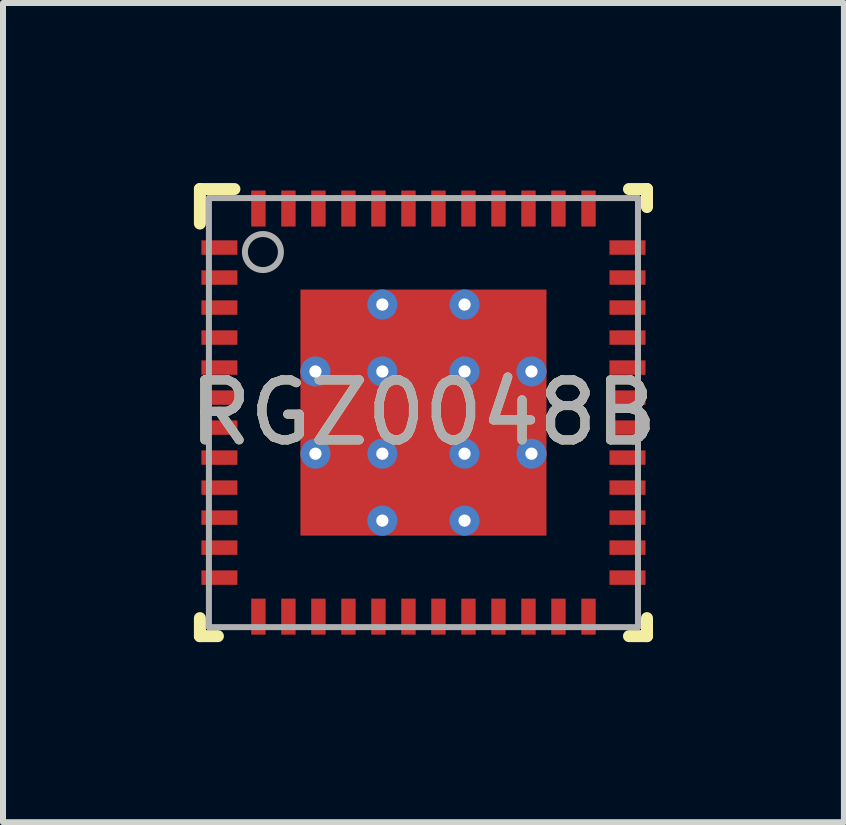
<source format=kicad_pcb>
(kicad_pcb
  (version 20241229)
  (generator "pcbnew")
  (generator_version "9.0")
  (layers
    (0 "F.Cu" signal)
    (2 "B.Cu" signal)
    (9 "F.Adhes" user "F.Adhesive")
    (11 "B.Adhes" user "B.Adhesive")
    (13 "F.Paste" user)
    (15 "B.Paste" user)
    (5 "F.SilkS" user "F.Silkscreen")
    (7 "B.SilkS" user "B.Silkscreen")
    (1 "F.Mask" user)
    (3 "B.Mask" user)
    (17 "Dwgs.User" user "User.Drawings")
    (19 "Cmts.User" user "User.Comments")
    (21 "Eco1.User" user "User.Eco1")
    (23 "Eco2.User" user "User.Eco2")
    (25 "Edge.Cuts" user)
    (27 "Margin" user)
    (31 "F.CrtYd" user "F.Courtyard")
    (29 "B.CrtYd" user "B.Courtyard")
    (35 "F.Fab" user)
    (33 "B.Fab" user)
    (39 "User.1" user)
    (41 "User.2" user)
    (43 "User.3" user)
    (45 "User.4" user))
  (footprint "RGZ0048B"
    (layer "F.Cu")
    (at 4.006 3.825)
    (property "Reference" "RGZ0048B" (at 0 0 0) (unlocked yes) (layer "F.SilkS") (effects (font (size 1 1) (thickness 0.15))))
    (attr smd)
    (fp_line (start -3.725 -3.725) (end -3.15 -3.725) (stroke (width 0.2) (type solid)) (layer "F.SilkS"))
    (fp_line (start -3.725 -3.15) (end -3.725 -3.725) (stroke (width 0.2) (type solid)) (layer "F.SilkS"))
    (fp_line (start -3.725 3.725) (end -3.725 3.425) (stroke (width 0.2) (type solid)) (layer "F.SilkS"))
    (fp_line (start -3.725 3.725) (end -3.425 3.725) (stroke (width 0.2) (type solid)) (layer "F.SilkS"))
    (fp_line (start 3.425 -3.725) (end 3.725 -3.725) (stroke (width 0.2) (type solid)) (layer "F.SilkS"))
    (fp_line (start 3.425 3.725) (end 3.725 3.725) (stroke (width 0.2) (type solid)) (layer "F.SilkS"))
    (fp_line (start 3.725 -3.425) (end 3.725 -3.725) (stroke (width 0.2) (type solid)) (layer "F.SilkS"))
    (fp_line (start 3.725 3.725) (end 3.725 3.425) (stroke (width 0.2) (type solid)) (layer "F.SilkS"))
    (fp_poly (pts (xy -1.955 -0.838) (xy -1.955 -1.902) (xy -1.954 -1.913) (xy -1.951 -1.922) (xy -1.946 -1.932) (xy -1.94 -1.94) (xy -1.932 -1.946) (xy -1.922 -1.951) (xy -1.913 -1.954) (xy -1.902 -1.955) (xy -0.838 -1.955) (xy -0.827 -1.954) (xy -0.818 -1.951) (xy -0.808 -1.946) (xy -0.8 -1.94) (xy -0.794 -1.932) (xy -0.789 -1.922) (xy -0.786 -1.913) (xy -0.785 -1.902) (xy -0.785 -0.838) (xy -0.786 -0.827) (xy -0.789 -0.818) (xy -0.794 -0.808) (xy -0.8 -0.8) (xy -0.808 -0.794) (xy -0.818 -0.789) (xy -0.827 -0.786) (xy -0.838 -0.785) (xy -1.902 -0.785) (xy -1.913 -0.786) (xy -1.922 -0.789) (xy -1.932 -0.794) (xy -1.94 -0.8) (xy -1.946 -0.808) (xy -1.951 -0.818) (xy -1.954 -0.827)) (stroke (width 0) (type solid)) (fill yes) (layer "F.Paste"))
    (fp_poly (pts (xy -1.955 0.532) (xy -1.955 -0.532) (xy -1.954 -0.543) (xy -1.951 -0.552) (xy -1.946 -0.562) (xy -1.94 -0.57) (xy -1.932 -0.576) (xy -1.922 -0.581) (xy -1.913 -0.584) (xy -1.902 -0.585) (xy -0.838 -0.585) (xy -0.827 -0.584) (xy -0.818 -0.581) (xy -0.808 -0.576) (xy -0.8 -0.57) (xy -0.794 -0.562) (xy -0.789 -0.552) (xy -0.786 -0.543) (xy -0.785 -0.532) (xy -0.785 0.532) (xy -0.786 0.543) (xy -0.789 0.552) (xy -0.794 0.562) (xy -0.8 0.57) (xy -0.808 0.576) (xy -0.818 0.581) (xy -0.827 0.584) (xy -0.838 0.585) (xy -1.902 0.585) (xy -1.913 0.584) (xy -1.922 0.581) (xy -1.932 0.576) (xy -1.94 0.57) (xy -1.946 0.562) (xy -1.951 0.552) (xy -1.954 0.543)) (stroke (width 0) (type solid)) (fill yes) (layer "F.Paste"))
    (fp_poly (pts (xy -1.955 1.902) (xy -1.955 0.838) (xy -1.954 0.827) (xy -1.951 0.818) (xy -1.946 0.808) (xy -1.94 0.8) (xy -1.932 0.794) (xy -1.922 0.789) (xy -1.913 0.786) (xy -1.902 0.785) (xy -0.838 0.785) (xy -0.827 0.786) (xy -0.818 0.789) (xy -0.808 0.794) (xy -0.8 0.8) (xy -0.794 0.808) (xy -0.789 0.818) (xy -0.786 0.827) (xy -0.785 0.838) (xy -0.785 1.902) (xy -0.786 1.913) (xy -0.789 1.922) (xy -0.794 1.932) (xy -0.8 1.94) (xy -0.808 1.946) (xy -0.818 1.951) (xy -0.827 1.954) (xy -0.838 1.955) (xy -1.902 1.955) (xy -1.913 1.954) (xy -1.922 1.951) (xy -1.932 1.946) (xy -1.94 1.94) (xy -1.946 1.932) (xy -1.951 1.922) (xy -1.954 1.913)) (stroke (width 0) (type solid)) (fill yes) (layer "F.Paste"))
    (fp_poly (pts (xy -0.585 -0.838) (xy -0.585 -1.902) (xy -0.584 -1.913) (xy -0.581 -1.922) (xy -0.576 -1.932) (xy -0.57 -1.94) (xy -0.562 -1.946) (xy -0.552 -1.951) (xy -0.543 -1.954) (xy -0.532 -1.955) (xy 0.532 -1.955) (xy 0.543 -1.954) (xy 0.552 -1.951) (xy 0.562 -1.946) (xy 0.57 -1.94) (xy 0.576 -1.932) (xy 0.581 -1.922) (xy 0.584 -1.913) (xy 0.585 -1.902) (xy 0.585 -0.838) (xy 0.584 -0.827) (xy 0.581 -0.818) (xy 0.576 -0.808) (xy 0.57 -0.8) (xy 0.562 -0.794) (xy 0.552 -0.789) (xy 0.543 -0.786) (xy 0.532 -0.785) (xy -0.532 -0.785) (xy -0.543 -0.786) (xy -0.552 -0.789) (xy -0.562 -0.794) (xy -0.57 -0.8) (xy -0.576 -0.808) (xy -0.581 -0.818) (xy -0.584 -0.827)) (stroke (width 0) (type solid)) (fill yes) (layer "F.Paste"))
    (fp_poly (pts (xy -0.585 0.532) (xy -0.585 -0.532) (xy -0.584 -0.543) (xy -0.581 -0.552) (xy -0.576 -0.562) (xy -0.57 -0.57) (xy -0.562 -0.576) (xy -0.552 -0.581) (xy -0.543 -0.584) (xy -0.532 -0.585) (xy 0.532 -0.585) (xy 0.543 -0.584) (xy 0.552 -0.581) (xy 0.562 -0.576) (xy 0.57 -0.57) (xy 0.576 -0.562) (xy 0.581 -0.552) (xy 0.584 -0.543) (xy 0.585 -0.532) (xy 0.585 0.532) (xy 0.584 0.543) (xy 0.581 0.552) (xy 0.576 0.562) (xy 0.57 0.57) (xy 0.562 0.576) (xy 0.552 0.581) (xy 0.543 0.584) (xy 0.532 0.585) (xy -0.532 0.585) (xy -0.543 0.584) (xy -0.552 0.581) (xy -0.562 0.576) (xy -0.57 0.57) (xy -0.576 0.562) (xy -0.581 0.552) (xy -0.584 0.543)) (stroke (width 0) (type solid)) (fill yes) (layer "F.Paste"))
    (fp_poly (pts (xy -0.585 1.902) (xy -0.585 0.838) (xy -0.584 0.827) (xy -0.581 0.818) (xy -0.576 0.808) (xy -0.57 0.8) (xy -0.562 0.794) (xy -0.552 0.789) (xy -0.543 0.786) (xy -0.532 0.785) (xy 0.532 0.785) (xy 0.543 0.786) (xy 0.552 0.789) (xy 0.562 0.794) (xy 0.57 0.8) (xy 0.576 0.808) (xy 0.581 0.818) (xy 0.584 0.827) (xy 0.585 0.838) (xy 0.585 1.902) (xy 0.584 1.913) (xy 0.581 1.922) (xy 0.576 1.932) (xy 0.57 1.94) (xy 0.562 1.946) (xy 0.552 1.951) (xy 0.543 1.954) (xy 0.532 1.955) (xy -0.532 1.955) (xy -0.543 1.954) (xy -0.552 1.951) (xy -0.562 1.946) (xy -0.57 1.94) (xy -0.576 1.932) (xy -0.581 1.922) (xy -0.584 1.913)) (stroke (width 0) (type solid)) (fill yes) (layer "F.Paste"))
    (fp_poly (pts (xy 0.785 -0.838) (xy 0.785 -1.902) (xy 0.786 -1.913) (xy 0.789 -1.922) (xy 0.794 -1.932) (xy 0.8 -1.94) (xy 0.808 -1.946) (xy 0.818 -1.951) (xy 0.827 -1.954) (xy 0.838 -1.955) (xy 1.902 -1.955) (xy 1.913 -1.954) (xy 1.922 -1.951) (xy 1.932 -1.946) (xy 1.94 -1.94) (xy 1.946 -1.932) (xy 1.951 -1.922) (xy 1.954 -1.913) (xy 1.955 -1.902) (xy 1.955 -0.838) (xy 1.954 -0.827) (xy 1.951 -0.818) (xy 1.946 -0.808) (xy 1.94 -0.8) (xy 1.932 -0.794) (xy 1.922 -0.789) (xy 1.913 -0.786) (xy 1.902 -0.785) (xy 0.838 -0.785) (xy 0.827 -0.786) (xy 0.818 -0.789) (xy 0.808 -0.794) (xy 0.8 -0.8) (xy 0.794 -0.808) (xy 0.789 -0.818) (xy 0.786 -0.827)) (stroke (width 0) (type solid)) (fill yes) (layer "F.Paste"))
    (fp_poly (pts (xy 0.785 0.532) (xy 0.785 -0.532) (xy 0.786 -0.543) (xy 0.789 -0.552) (xy 0.794 -0.562) (xy 0.8 -0.57) (xy 0.808 -0.576) (xy 0.818 -0.581) (xy 0.827 -0.584) (xy 0.838 -0.585) (xy 1.902 -0.585) (xy 1.913 -0.584) (xy 1.922 -0.581) (xy 1.932 -0.576) (xy 1.94 -0.57) (xy 1.946 -0.562) (xy 1.951 -0.552) (xy 1.954 -0.543) (xy 1.955 -0.532) (xy 1.955 0.532) (xy 1.954 0.543) (xy 1.951 0.552) (xy 1.946 0.562) (xy 1.94 0.57) (xy 1.932 0.576) (xy 1.922 0.581) (xy 1.913 0.584) (xy 1.902 0.585) (xy 0.838 0.585) (xy 0.827 0.584) (xy 0.818 0.581) (xy 0.808 0.576) (xy 0.8 0.57) (xy 0.794 0.562) (xy 0.789 0.552) (xy 0.786 0.543)) (stroke (width 0) (type solid)) (fill yes) (layer "F.Paste"))
    (fp_poly (pts (xy 0.785 1.902) (xy 0.785 0.838) (xy 0.786 0.827) (xy 0.789 0.818) (xy 0.794 0.808) (xy 0.8 0.8) (xy 0.808 0.794) (xy 0.818 0.789) (xy 0.827 0.786) (xy 0.838 0.785) (xy 1.902 0.785) (xy 1.913 0.786) (xy 1.922 0.789) (xy 1.932 0.794) (xy 1.94 0.8) (xy 1.946 0.808) (xy 1.951 0.818) (xy 1.954 0.827) (xy 1.955 0.838) (xy 1.955 1.902) (xy 1.954 1.913) (xy 1.951 1.922) (xy 1.946 1.932) (xy 1.94 1.94) (xy 1.932 1.946) (xy 1.922 1.951) (xy 1.913 1.954) (xy 1.902 1.955) (xy 0.838 1.955) (xy 0.827 1.954) (xy 0.818 1.951) (xy 0.808 1.946) (xy 0.8 1.94) (xy 0.794 1.932) (xy 0.789 1.922) (xy 0.786 1.913)) (stroke (width 0) (type solid)) (fill yes) (layer "F.Paste"))
    (fp_line (start -3.575 -3.575) (end 3.575 -3.575) (stroke (width 0.1) (type solid)) (layer "F.Fab"))
    (fp_line (start -3.575 3.575) (end -3.575 -3.575) (stroke (width 0.1) (type solid)) (layer "F.Fab"))
    (fp_line (start -3.575 3.575) (end 3.575 3.575) (stroke (width 0.1) (type solid)) (layer "F.Fab"))
    (fp_line (start 3.575 3.575) (end 3.575 -3.575) (stroke (width 0.1) (type solid)) (layer "F.Fab"))
    (fp_circle (center -2.675 -2.675) (end -2.375 -2.675) (stroke (width 0.1) (type solid)) (fill no) (layer "F.Fab"))
    (fp_text user "${REFERENCE}" (at 0 0 0) (unlocked yes) (layer "F.Fab") (effects (font (size 1 1) (thickness 0.15))))
    (pad "1" smd rect (at -3.4 -2.75 90) (size 0.24 0.6) (layers "F.Cu" "F.Mask" "F.Paste"))
    (pad "2" smd rect (at -3.4 -2.25 90) (size 0.24 0.6) (layers "F.Cu" "F.Mask" "F.Paste"))
    (pad "3" smd rect (at -3.4 -1.75 90) (size 0.24 0.6) (layers "F.Cu" "F.Mask" "F.Paste"))
    (pad "4" smd rect (at -3.4 -1.25 90) (size 0.24 0.6) (layers "F.Cu" "F.Mask" "F.Paste"))
    (pad "5" smd rect (at -3.4 -0.75 90) (size 0.24 0.6) (layers "F.Cu" "F.Mask" "F.Paste"))
    (pad "6" smd rect (at -3.4 -0.25 90) (size 0.24 0.6) (layers "F.Cu" "F.Mask" "F.Paste"))
    (pad "7" smd rect (at -3.4 0.25 90) (size 0.24 0.6) (layers "F.Cu" "F.Mask" "F.Paste"))
    (pad "8" smd rect (at -3.4 0.75 90) (size 0.24 0.6) (layers "F.Cu" "F.Mask" "F.Paste"))
    (pad "9" smd rect (at -3.4 1.25 90) (size 0.24 0.6) (layers "F.Cu" "F.Mask" "F.Paste"))
    (pad "10" smd rect (at -3.4 1.75 90) (size 0.24 0.6) (layers "F.Cu" "F.Mask" "F.Paste"))
    (pad "11" smd rect (at -3.4 2.25 90) (size 0.24 0.6) (layers "F.Cu" "F.Mask" "F.Paste"))
    (pad "12" smd rect (at -3.4 2.75 90) (size 0.24 0.6) (layers "F.Cu" "F.Mask" "F.Paste"))
    (pad "13" smd rect (at -2.75 3.4) (size 0.24 0.6) (layers "F.Cu" "F.Mask" "F.Paste"))
    (pad "14" smd rect (at -2.25 3.4) (size 0.24 0.6) (layers "F.Cu" "F.Mask" "F.Paste"))
    (pad "15" smd rect (at -1.75 3.4) (size 0.24 0.6) (layers "F.Cu" "F.Mask" "F.Paste"))
    (pad "16" smd rect (at -1.25 3.4) (size 0.24 0.6) (layers "F.Cu" "F.Mask" "F.Paste"))
    (pad "17" smd rect (at -0.75 3.4) (size 0.24 0.6) (layers "F.Cu" "F.Mask" "F.Paste"))
    (pad "18" smd rect (at -0.25 3.4) (size 0.24 0.6) (layers "F.Cu" "F.Mask" "F.Paste"))
    (pad "19" smd rect (at 0.25 3.4) (size 0.24 0.6) (layers "F.Cu" "F.Mask" "F.Paste"))
    (pad "20" smd rect (at 0.75 3.4) (size 0.24 0.6) (layers "F.Cu" "F.Mask" "F.Paste"))
    (pad "21" smd rect (at 1.25 3.4) (size 0.24 0.6) (layers "F.Cu" "F.Mask" "F.Paste"))
    (pad "22" smd rect (at 1.75 3.4) (size 0.24 0.6) (layers "F.Cu" "F.Mask" "F.Paste"))
    (pad "23" smd rect (at 2.25 3.4) (size 0.24 0.6) (layers "F.Cu" "F.Mask" "F.Paste"))
    (pad "24" smd rect (at 2.75 3.4) (size 0.24 0.6) (layers "F.Cu" "F.Mask" "F.Paste"))
    (pad "25" smd rect (at 3.4 2.75 90) (size 0.24 0.6) (layers "F.Cu" "F.Mask" "F.Paste"))
    (pad "26" smd rect (at 3.4 2.25 90) (size 0.24 0.6) (layers "F.Cu" "F.Mask" "F.Paste"))
    (pad "27" smd rect (at 3.4 1.75 90) (size 0.24 0.6) (layers "F.Cu" "F.Mask" "F.Paste"))
    (pad "28" smd rect (at 3.4 1.25 90) (size 0.24 0.6) (layers "F.Cu" "F.Mask" "F.Paste"))
    (pad "29" smd rect (at 3.4 0.75 90) (size 0.24 0.6) (layers "F.Cu" "F.Mask" "F.Paste"))
    (pad "30" smd rect (at 3.4 0.25 90) (size 0.24 0.6) (layers "F.Cu" "F.Mask" "F.Paste"))
    (pad "31" smd rect (at 3.4 -0.25 90) (size 0.24 0.6) (layers "F.Cu" "F.Mask" "F.Paste"))
    (pad "32" smd rect (at 3.4 -0.75 90) (size 0.24 0.6) (layers "F.Cu" "F.Mask" "F.Paste"))
    (pad "33" smd rect (at 3.4 -1.25 90) (size 0.24 0.6) (layers "F.Cu" "F.Mask" "F.Paste"))
    (pad "34" smd rect (at 3.4 -1.75 90) (size 0.24 0.6) (layers "F.Cu" "F.Mask" "F.Paste"))
    (pad "35" smd rect (at 3.4 -2.25 90) (size 0.24 0.6) (layers "F.Cu" "F.Mask" "F.Paste"))
    (pad "36" smd rect (at 3.4 -2.75 90) (size 0.24 0.6) (layers "F.Cu" "F.Mask" "F.Paste"))
    (pad "37" smd rect (at 2.75 -3.4) (size 0.24 0.6) (layers "F.Cu" "F.Mask" "F.Paste"))
    (pad "38" smd rect (at 2.25 -3.4) (size 0.24 0.6) (layers "F.Cu" "F.Mask" "F.Paste"))
    (pad "39" smd rect (at 1.75 -3.4) (size 0.24 0.6) (layers "F.Cu" "F.Mask" "F.Paste"))
    (pad "40" smd rect (at 1.25 -3.4) (size 0.24 0.6) (layers "F.Cu" "F.Mask" "F.Paste"))
    (pad "41" smd rect (at 0.75 -3.4) (size 0.24 0.6) (layers "F.Cu" "F.Mask" "F.Paste"))
    (pad "42" smd rect (at 0.25 -3.4) (size 0.24 0.6) (layers "F.Cu" "F.Mask" "F.Paste"))
    (pad "43" smd rect (at -0.25 -3.4) (size 0.24 0.6) (layers "F.Cu" "F.Mask" "F.Paste"))
    (pad "44" smd rect (at -0.75 -3.4) (size 0.24 0.6) (layers "F.Cu" "F.Mask" "F.Paste"))
    (pad "45" smd rect (at -1.25 -3.4) (size 0.24 0.6) (layers "F.Cu" "F.Mask" "F.Paste"))
    (pad "46" smd rect (at -1.75 -3.4) (size 0.24 0.6) (layers "F.Cu" "F.Mask" "F.Paste"))
    (pad "47" smd rect (at -2.25 -3.4) (size 0.24 0.6) (layers "F.Cu" "F.Mask" "F.Paste"))
    (pad "48" smd rect (at -2.75 -3.4) (size 0.24 0.6) (layers "F.Cu" "F.Mask" "F.Paste"))
    (pad "49" smd rect (at 0 0) (size 4.1 4.1) (layers "F.Cu" "F.Mask"))
    (pad "V" thru_hole circle (at -1.8 -0.685) (size 0.5 0.5) (drill 0.203) (layers "*.Cu" "*.Mask"))
    (pad "V" thru_hole circle (at -1.8 0.685) (size 0.5 0.5) (drill 0.203) (layers "*.Cu" "*.Mask"))
    (pad "V" thru_hole circle (at -0.685 -1.8) (size 0.5 0.5) (drill 0.203) (layers "*.Cu" "*.Mask"))
    (pad "V" thru_hole circle (at -0.685 -0.685) (size 0.5 0.5) (drill 0.203) (layers "*.Cu" "*.Mask"))
    (pad "V" thru_hole circle (at -0.685 0.685) (size 0.5 0.5) (drill 0.203) (layers "*.Cu" "*.Mask"))
    (pad "V" thru_hole circle (at -0.685 1.8) (size 0.5 0.5) (drill 0.203) (layers "*.Cu" "*.Mask"))
    (pad "V" thru_hole circle (at 0.685 -1.8) (size 0.5 0.5) (drill 0.203) (layers "*.Cu" "*.Mask"))
    (pad "V" thru_hole circle (at 0.685 -0.685) (size 0.5 0.5) (drill 0.203) (layers "*.Cu" "*.Mask"))
    (pad "V" thru_hole circle (at 0.685 0.685) (size 0.5 0.5) (drill 0.203) (layers "*.Cu" "*.Mask"))
    (pad "V" thru_hole circle (at 0.685 1.8) (size 0.5 0.5) (drill 0.203) (layers "*.Cu" "*.Mask"))
    (pad "V" thru_hole circle (at 1.8 -0.685) (size 0.5 0.5) (drill 0.203) (layers "*.Cu" "*.Mask"))
    (pad "V" thru_hole circle (at 1.8 0.685) (size 0.5 0.5) (drill 0.203) (layers "*.Cu" "*.Mask")))
  (gr_rect
    (start -3 -3)
    (end 11.012 10.65)
    (stroke (width 0.1) (type default))
    (fill no)
    (layer "Edge.Cuts")))
</source>
